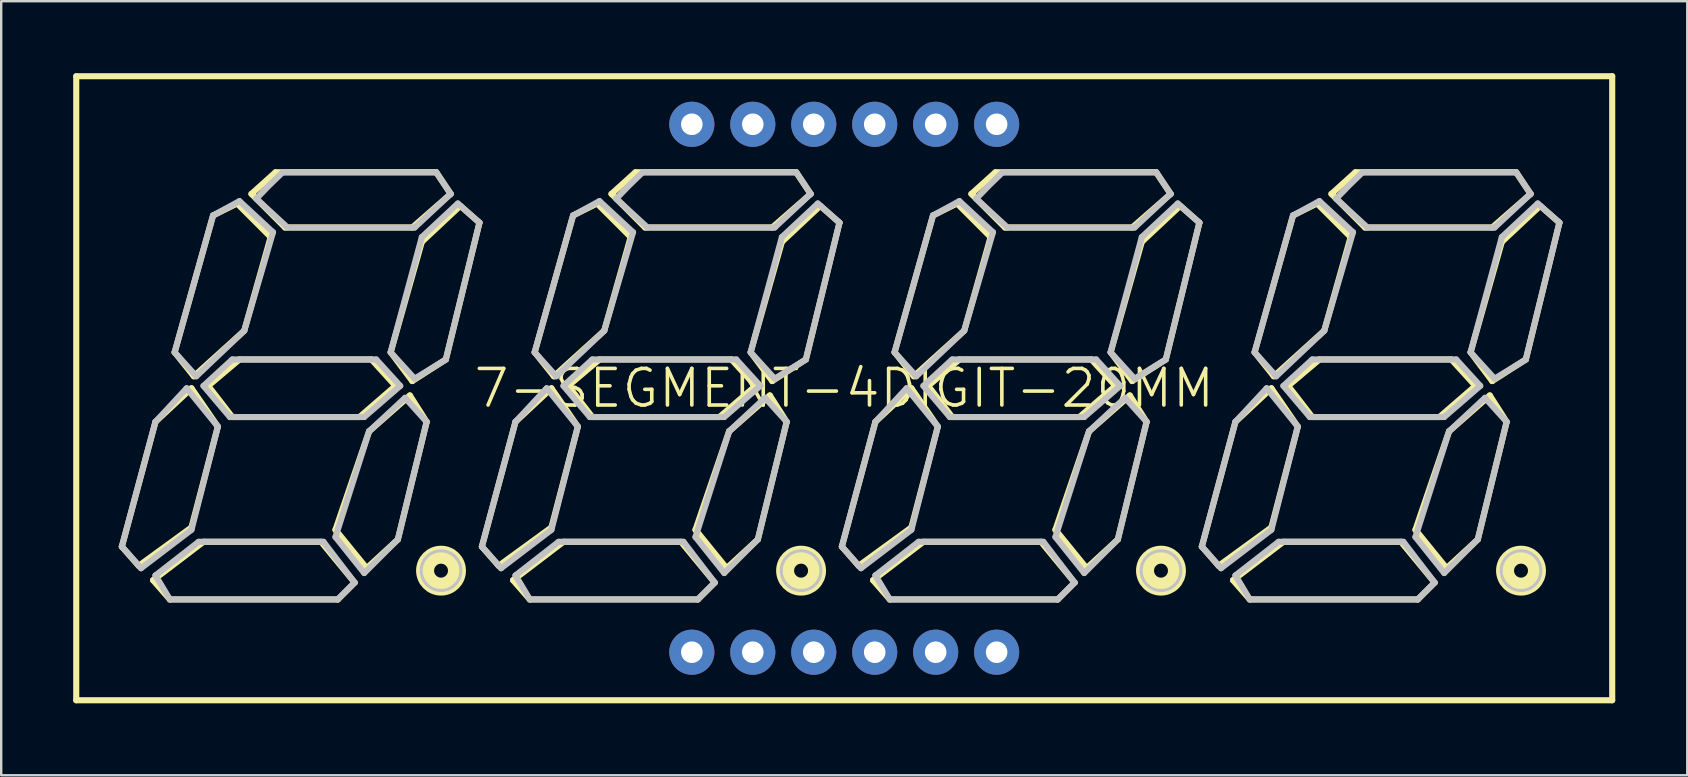
<source format=kicad_pcb>
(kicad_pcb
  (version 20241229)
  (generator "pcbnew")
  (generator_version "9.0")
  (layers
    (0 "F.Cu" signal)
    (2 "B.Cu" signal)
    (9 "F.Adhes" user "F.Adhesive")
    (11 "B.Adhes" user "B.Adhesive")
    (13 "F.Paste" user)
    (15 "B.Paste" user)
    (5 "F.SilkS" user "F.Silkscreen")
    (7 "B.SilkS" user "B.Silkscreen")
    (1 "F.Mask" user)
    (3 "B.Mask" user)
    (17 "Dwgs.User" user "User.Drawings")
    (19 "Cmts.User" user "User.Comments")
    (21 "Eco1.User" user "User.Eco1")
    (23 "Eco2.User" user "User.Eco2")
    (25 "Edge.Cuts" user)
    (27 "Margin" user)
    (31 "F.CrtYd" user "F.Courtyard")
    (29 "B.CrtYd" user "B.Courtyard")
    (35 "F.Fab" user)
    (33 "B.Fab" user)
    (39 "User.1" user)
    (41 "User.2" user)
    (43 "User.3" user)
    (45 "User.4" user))
  (footprint "7-SEGMENT-4DIGIT-20MM"
    (layer "F.Cu")
    (at 32.126 13.127)
    (property "Reference" "7-SEGMENT-4DIGIT-20MM" (at 0 0 0) (layer "F.SilkS") (effects (font (size 1.524 1.524) (thickness 0.15))))
    (attr exclude_from_pos_files exclude_from_bom)
    (fp_line (start -31.999 -13) (end 31.999 -13) (stroke (width 0.254) (type solid)) (layer "F.SilkS"))
    (fp_line (start -31.999 13) (end -31.999 -13) (stroke (width 0.254) (type solid)) (layer "F.SilkS"))
    (fp_line (start -30.099 6.599) (end -28.699 1.4) (stroke (width 0.254) (type solid)) (layer "F.SilkS"))
    (fp_line (start -29.398 7.399) (end -30.099 6.599) (stroke (width 0.254) (type solid)) (layer "F.SilkS"))
    (fp_line (start -28.799 7.998) (end -26.698 6.398) (stroke (width 0.254) (type solid)) (layer "F.SilkS"))
    (fp_line (start -28.699 1.4) (end -27.198 0) (stroke (width 0.254) (type solid)) (layer "F.SilkS"))
    (fp_line (start -28.097 8.799) (end -28.799 7.998) (stroke (width 0.254) (type solid)) (layer "F.SilkS"))
    (fp_line (start -27.899 -1.499) (end -27.099 -0.498) (stroke (width 0.254) (type solid)) (layer "F.SilkS"))
    (fp_line (start -27.198 0) (end -26.099 1.598) (stroke (width 0.254) (type solid)) (layer "F.SilkS"))
    (fp_line (start -27.198 5.799) (end -29.398 7.399) (stroke (width 0.254) (type solid)) (layer "F.SilkS"))
    (fp_line (start -27.099 -0.498) (end -24.999 -2.398) (stroke (width 0.254) (type solid)) (layer "F.SilkS"))
    (fp_line (start -26.698 6.398) (end -21.798 6.398) (stroke (width 0.254) (type solid)) (layer "F.SilkS"))
    (fp_line (start -26.5 -0.099) (end -25.199 -1.199) (stroke (width 0.254) (type solid)) (layer "F.SilkS"))
    (fp_line (start -26.299 -7.198) (end -27.899 -1.499) (stroke (width 0.254) (type solid)) (layer "F.SilkS"))
    (fp_line (start -26.099 1.598) (end -27.198 5.799) (stroke (width 0.254) (type solid)) (layer "F.SilkS"))
    (fp_line (start -25.499 1.199) (end -26.5 -0.099) (stroke (width 0.254) (type solid)) (layer "F.SilkS"))
    (fp_line (start -25.298 -7.699) (end -26.299 -7.198) (stroke (width 0.254) (type solid)) (layer "F.SilkS"))
    (fp_line (start -25.199 -1.199) (end -19.698 -1.199) (stroke (width 0.254) (type solid)) (layer "F.SilkS"))
    (fp_line (start -24.999 -2.398) (end -23.899 -6.299) (stroke (width 0.254) (type solid)) (layer "F.SilkS"))
    (fp_line (start -24.699 -8.098) (end -23.698 -8.999) (stroke (width 0.254) (type solid)) (layer "F.SilkS"))
    (fp_line (start -23.899 -6.299) (end -25.298 -7.699) (stroke (width 0.254) (type solid)) (layer "F.SilkS"))
    (fp_line (start -23.698 -8.999) (end -16.998 -8.999) (stroke (width 0.254) (type solid)) (layer "F.SilkS"))
    (fp_line (start -23.299 -6.698) (end -24.699 -8.098) (stroke (width 0.254) (type solid)) (layer "F.SilkS"))
    (fp_line (start -21.798 6.398) (end -20.399 8.098) (stroke (width 0.254) (type solid)) (layer "F.SilkS"))
    (fp_line (start -21.199 5.898) (end -19.799 1.798) (stroke (width 0.254) (type solid)) (layer "F.SilkS"))
    (fp_line (start -21.1 8.799) (end -28.097 8.799) (stroke (width 0.254) (type solid)) (layer "F.SilkS"))
    (fp_line (start -20.399 8.098) (end -21.1 8.799) (stroke (width 0.254) (type solid)) (layer "F.SilkS"))
    (fp_line (start -20.198 1.199) (end -25.499 1.199) (stroke (width 0.254) (type solid)) (layer "F.SilkS"))
    (fp_line (start -19.898 7.498) (end -21.199 5.898) (stroke (width 0.254) (type solid)) (layer "F.SilkS"))
    (fp_line (start -19.799 1.798) (end -18.098 0.3) (stroke (width 0.254) (type solid)) (layer "F.SilkS"))
    (fp_line (start -19.698 -1.199) (end -18.699 -0.099) (stroke (width 0.254) (type solid)) (layer "F.SilkS"))
    (fp_line (start -18.898 -1.499) (end -17.6 -6.099) (stroke (width 0.254) (type solid)) (layer "F.SilkS"))
    (fp_line (start -18.699 -0.099) (end -20.198 1.199) (stroke (width 0.254) (type solid)) (layer "F.SilkS"))
    (fp_line (start -18.598 6.299) (end -19.898 7.498) (stroke (width 0.254) (type solid)) (layer "F.SilkS"))
    (fp_line (start -18.098 0.3) (end -17.399 1.4) (stroke (width 0.254) (type solid)) (layer "F.SilkS"))
    (fp_line (start -17.998 -6.698) (end -23.299 -6.698) (stroke (width 0.254) (type solid)) (layer "F.SilkS"))
    (fp_line (start -17.998 -0.3) (end -18.898 -1.499) (stroke (width 0.254) (type solid)) (layer "F.SilkS"))
    (fp_line (start -17.6 -6.099) (end -15.999 -7.6) (stroke (width 0.254) (type solid)) (layer "F.SilkS"))
    (fp_line (start -17.399 1.4) (end -18.598 6.299) (stroke (width 0.254) (type solid)) (layer "F.SilkS"))
    (fp_line (start -16.998 -8.999) (end -16.398 -8.098) (stroke (width 0.254) (type solid)) (layer "F.SilkS"))
    (fp_line (start -16.599 -1.199) (end -17.998 -0.3) (stroke (width 0.254) (type solid)) (layer "F.SilkS"))
    (fp_line (start -16.398 -8.098) (end -17.998 -6.698) (stroke (width 0.254) (type solid)) (layer "F.SilkS"))
    (fp_line (start -15.999 -7.6) (end -15.199 -6.899) (stroke (width 0.254) (type solid)) (layer "F.SilkS"))
    (fp_line (start -15.199 -6.899) (end -16.599 -1.199) (stroke (width 0.254) (type solid)) (layer "F.SilkS"))
    (fp_line (start -15.098 6.599) (end -13.698 1.4) (stroke (width 0.254) (type solid)) (layer "F.SilkS"))
    (fp_line (start -14.399 7.399) (end -15.098 6.599) (stroke (width 0.254) (type solid)) (layer "F.SilkS"))
    (fp_line (start -13.8 7.998) (end -11.699 6.398) (stroke (width 0.254) (type solid)) (layer "F.SilkS"))
    (fp_line (start -13.698 1.4) (end -12.2 0) (stroke (width 0.254) (type solid)) (layer "F.SilkS"))
    (fp_line (start -13.099 8.799) (end -13.8 7.998) (stroke (width 0.254) (type solid)) (layer "F.SilkS"))
    (fp_line (start -12.898 -1.499) (end -12.098 -0.498) (stroke (width 0.254) (type solid)) (layer "F.SilkS"))
    (fp_line (start -12.2 0) (end -11.1 1.598) (stroke (width 0.254) (type solid)) (layer "F.SilkS"))
    (fp_line (start -12.2 5.799) (end -14.399 7.399) (stroke (width 0.254) (type solid)) (layer "F.SilkS"))
    (fp_line (start -12.098 -0.498) (end -10 -2.398) (stroke (width 0.254) (type solid)) (layer "F.SilkS"))
    (fp_line (start -11.699 6.398) (end -6.8 6.398) (stroke (width 0.254) (type solid)) (layer "F.SilkS"))
    (fp_line (start -11.499 -0.099) (end -10.198 -1.199) (stroke (width 0.254) (type solid)) (layer "F.SilkS"))
    (fp_line (start -11.298 -7.198) (end -12.898 -1.499) (stroke (width 0.254) (type solid)) (layer "F.SilkS"))
    (fp_line (start -11.1 1.598) (end -12.2 5.799) (stroke (width 0.254) (type solid)) (layer "F.SilkS"))
    (fp_line (start -10.498 1.199) (end -11.499 -0.099) (stroke (width 0.254) (type solid)) (layer "F.SilkS"))
    (fp_line (start -10.3 -7.699) (end -11.298 -7.198) (stroke (width 0.254) (type solid)) (layer "F.SilkS"))
    (fp_line (start -10.198 -1.199) (end -4.699 -1.199) (stroke (width 0.254) (type solid)) (layer "F.SilkS"))
    (fp_line (start -10 -2.398) (end -8.898 -6.299) (stroke (width 0.254) (type solid)) (layer "F.SilkS"))
    (fp_line (start -9.698 -8.098) (end -8.7 -8.999) (stroke (width 0.254) (type solid)) (layer "F.SilkS"))
    (fp_line (start -8.898 -6.299) (end -10.3 -7.699) (stroke (width 0.254) (type solid)) (layer "F.SilkS"))
    (fp_line (start -8.7 -8.999) (end -1.999 -8.999) (stroke (width 0.254) (type solid)) (layer "F.SilkS"))
    (fp_line (start -8.298 -6.698) (end -9.698 -8.098) (stroke (width 0.254) (type solid)) (layer "F.SilkS"))
    (fp_line (start -6.8 6.398) (end -5.397 8.098) (stroke (width 0.254) (type solid)) (layer "F.SilkS"))
    (fp_line (start -6.198 5.898) (end -4.798 1.798) (stroke (width 0.254) (type solid)) (layer "F.SilkS"))
    (fp_line (start -6.099 8.799) (end -13.099 8.799) (stroke (width 0.254) (type solid)) (layer "F.SilkS"))
    (fp_line (start -5.397 8.098) (end -6.099 8.799) (stroke (width 0.254) (type solid)) (layer "F.SilkS"))
    (fp_line (start -5.199 1.199) (end -10.498 1.199) (stroke (width 0.254) (type solid)) (layer "F.SilkS"))
    (fp_line (start -4.9 7.498) (end -6.198 5.898) (stroke (width 0.254) (type solid)) (layer "F.SilkS"))
    (fp_line (start -4.798 1.798) (end -3.099 0.3) (stroke (width 0.254) (type solid)) (layer "F.SilkS"))
    (fp_line (start -4.699 -1.199) (end -3.698 -0.099) (stroke (width 0.254) (type solid)) (layer "F.SilkS"))
    (fp_line (start -3.899 -1.499) (end -2.598 -6.099) (stroke (width 0.254) (type solid)) (layer "F.SilkS"))
    (fp_line (start -3.698 -0.099) (end -5.199 1.199) (stroke (width 0.254) (type solid)) (layer "F.SilkS"))
    (fp_line (start -3.599 6.299) (end -4.9 7.498) (stroke (width 0.254) (type solid)) (layer "F.SilkS"))
    (fp_line (start -3.099 0.3) (end -2.398 1.4) (stroke (width 0.254) (type solid)) (layer "F.SilkS"))
    (fp_line (start -3 -6.698) (end -8.298 -6.698) (stroke (width 0.254) (type solid)) (layer "F.SilkS"))
    (fp_line (start -3 -0.3) (end -3.899 -1.499) (stroke (width 0.254) (type solid)) (layer "F.SilkS"))
    (fp_line (start -2.598 -6.099) (end -0.998 -7.6) (stroke (width 0.254) (type solid)) (layer "F.SilkS"))
    (fp_line (start -2.398 1.4) (end -3.599 6.299) (stroke (width 0.254) (type solid)) (layer "F.SilkS"))
    (fp_line (start -1.999 -8.999) (end -1.4 -8.098) (stroke (width 0.254) (type solid)) (layer "F.SilkS"))
    (fp_line (start -1.598 -1.199) (end -3 -0.3) (stroke (width 0.254) (type solid)) (layer "F.SilkS"))
    (fp_line (start -1.4 -8.098) (end -3 -6.698) (stroke (width 0.254) (type solid)) (layer "F.SilkS"))
    (fp_line (start -0.998 -7.6) (end -0.198 -6.899) (stroke (width 0.254) (type solid)) (layer "F.SilkS"))
    (fp_line (start -0.198 -6.899) (end -1.598 -1.199) (stroke (width 0.254) (type solid)) (layer "F.SilkS"))
    (fp_line (start -0.099 6.599) (end 1.298 1.4) (stroke (width 0.254) (type solid)) (layer "F.SilkS"))
    (fp_line (start 0.599 7.399) (end -0.099 6.599) (stroke (width 0.254) (type solid)) (layer "F.SilkS"))
    (fp_line (start 1.199 7.998) (end 3.299 6.398) (stroke (width 0.254) (type solid)) (layer "F.SilkS"))
    (fp_line (start 1.298 1.4) (end 2.799 0) (stroke (width 0.254) (type solid)) (layer "F.SilkS"))
    (fp_line (start 1.9 8.799) (end 1.199 7.998) (stroke (width 0.254) (type solid)) (layer "F.SilkS"))
    (fp_line (start 2.098 -1.499) (end 2.898 -0.498) (stroke (width 0.254) (type solid)) (layer "F.SilkS"))
    (fp_line (start 2.799 0) (end 3.899 1.598) (stroke (width 0.254) (type solid)) (layer "F.SilkS"))
    (fp_line (start 2.799 5.799) (end 0.599 7.399) (stroke (width 0.254) (type solid)) (layer "F.SilkS"))
    (fp_line (start 2.898 -0.498) (end 4.999 -2.398) (stroke (width 0.254) (type solid)) (layer "F.SilkS"))
    (fp_line (start 3.299 6.398) (end 8.199 6.398) (stroke (width 0.254) (type solid)) (layer "F.SilkS"))
    (fp_line (start 3.498 -0.099) (end 4.798 -1.199) (stroke (width 0.254) (type solid)) (layer "F.SilkS"))
    (fp_line (start 3.698 -7.198) (end 2.098 -1.499) (stroke (width 0.254) (type solid)) (layer "F.SilkS"))
    (fp_line (start 3.899 1.598) (end 2.799 5.799) (stroke (width 0.254) (type solid)) (layer "F.SilkS"))
    (fp_line (start 4.498 1.199) (end 3.498 -0.099) (stroke (width 0.254) (type solid)) (layer "F.SilkS"))
    (fp_line (start 4.699 -7.699) (end 3.698 -7.198) (stroke (width 0.254) (type solid)) (layer "F.SilkS"))
    (fp_line (start 4.798 -1.199) (end 10.3 -1.199) (stroke (width 0.254) (type solid)) (layer "F.SilkS"))
    (fp_line (start 4.999 -2.398) (end 6.099 -6.299) (stroke (width 0.254) (type solid)) (layer "F.SilkS"))
    (fp_line (start 5.298 -8.098) (end 6.299 -8.999) (stroke (width 0.254) (type solid)) (layer "F.SilkS"))
    (fp_line (start 6.099 -6.299) (end 4.699 -7.699) (stroke (width 0.254) (type solid)) (layer "F.SilkS"))
    (fp_line (start 6.299 -8.999) (end 13 -8.999) (stroke (width 0.254) (type solid)) (layer "F.SilkS"))
    (fp_line (start 6.698 -6.698) (end 5.298 -8.098) (stroke (width 0.254) (type solid)) (layer "F.SilkS"))
    (fp_line (start 8.199 6.398) (end 9.599 8.098) (stroke (width 0.254) (type solid)) (layer "F.SilkS"))
    (fp_line (start 8.799 5.898) (end 10.198 1.798) (stroke (width 0.254) (type solid)) (layer "F.SilkS"))
    (fp_line (start 8.898 8.799) (end 1.9 8.799) (stroke (width 0.254) (type solid)) (layer "F.SilkS"))
    (fp_line (start 9.599 8.098) (end 8.898 8.799) (stroke (width 0.254) (type solid)) (layer "F.SilkS"))
    (fp_line (start 9.799 1.199) (end 4.498 1.199) (stroke (width 0.254) (type solid)) (layer "F.SilkS"))
    (fp_line (start 10.099 7.498) (end 8.799 5.898) (stroke (width 0.254) (type solid)) (layer "F.SilkS"))
    (fp_line (start 10.198 1.798) (end 11.9 0.3) (stroke (width 0.254) (type solid)) (layer "F.SilkS"))
    (fp_line (start 10.3 -1.199) (end 11.298 -0.099) (stroke (width 0.254) (type solid)) (layer "F.SilkS"))
    (fp_line (start 11.1 -1.499) (end 12.398 -6.099) (stroke (width 0.254) (type solid)) (layer "F.SilkS"))
    (fp_line (start 11.298 -0.099) (end 9.799 1.199) (stroke (width 0.254) (type solid)) (layer "F.SilkS"))
    (fp_line (start 11.4 6.299) (end 10.099 7.498) (stroke (width 0.254) (type solid)) (layer "F.SilkS"))
    (fp_line (start 11.9 0.3) (end 12.598 1.4) (stroke (width 0.254) (type solid)) (layer "F.SilkS"))
    (fp_line (start 11.999 -6.698) (end 6.698 -6.698) (stroke (width 0.254) (type solid)) (layer "F.SilkS"))
    (fp_line (start 11.999 -0.3) (end 11.1 -1.499) (stroke (width 0.254) (type solid)) (layer "F.SilkS"))
    (fp_line (start 12.398 -6.099) (end 13.998 -7.6) (stroke (width 0.254) (type solid)) (layer "F.SilkS"))
    (fp_line (start 12.598 1.4) (end 11.4 6.299) (stroke (width 0.254) (type solid)) (layer "F.SilkS"))
    (fp_line (start 13 -8.999) (end 13.599 -8.098) (stroke (width 0.254) (type solid)) (layer "F.SilkS"))
    (fp_line (start 13.399 -1.199) (end 11.999 -0.3) (stroke (width 0.254) (type solid)) (layer "F.SilkS"))
    (fp_line (start 13.599 -8.098) (end 11.999 -6.698) (stroke (width 0.254) (type solid)) (layer "F.SilkS"))
    (fp_line (start 13.998 -7.6) (end 14.798 -6.899) (stroke (width 0.254) (type solid)) (layer "F.SilkS"))
    (fp_line (start 14.798 -6.899) (end 13.399 -1.199) (stroke (width 0.254) (type solid)) (layer "F.SilkS"))
    (fp_line (start 14.9 6.599) (end 16.299 1.4) (stroke (width 0.254) (type solid)) (layer "F.SilkS"))
    (fp_line (start 15.598 7.399) (end 14.9 6.599) (stroke (width 0.254) (type solid)) (layer "F.SilkS"))
    (fp_line (start 16.198 7.998) (end 18.298 6.398) (stroke (width 0.254) (type solid)) (layer "F.SilkS"))
    (fp_line (start 16.299 1.4) (end 17.798 0) (stroke (width 0.254) (type solid)) (layer "F.SilkS"))
    (fp_line (start 16.899 8.799) (end 16.198 7.998) (stroke (width 0.254) (type solid)) (layer "F.SilkS"))
    (fp_line (start 17.099 -1.499) (end 17.899 -0.498) (stroke (width 0.254) (type solid)) (layer "F.SilkS"))
    (fp_line (start 17.798 0) (end 18.898 1.598) (stroke (width 0.254) (type solid)) (layer "F.SilkS"))
    (fp_line (start 17.798 5.799) (end 15.598 7.399) (stroke (width 0.254) (type solid)) (layer "F.SilkS"))
    (fp_line (start 17.899 -0.498) (end 20 -2.398) (stroke (width 0.254) (type solid)) (layer "F.SilkS"))
    (fp_line (start 18.298 6.398) (end 23.198 6.398) (stroke (width 0.254) (type solid)) (layer "F.SilkS"))
    (fp_line (start 18.499 -0.099) (end 19.799 -1.199) (stroke (width 0.254) (type solid)) (layer "F.SilkS"))
    (fp_line (start 18.699 -7.198) (end 17.099 -1.499) (stroke (width 0.254) (type solid)) (layer "F.SilkS"))
    (fp_line (start 18.898 1.598) (end 17.798 5.799) (stroke (width 0.254) (type solid)) (layer "F.SilkS"))
    (fp_line (start 19.5 1.199) (end 18.499 -0.099) (stroke (width 0.254) (type solid)) (layer "F.SilkS"))
    (fp_line (start 19.698 -7.699) (end 18.699 -7.198) (stroke (width 0.254) (type solid)) (layer "F.SilkS"))
    (fp_line (start 19.799 -1.199) (end 25.298 -1.199) (stroke (width 0.254) (type solid)) (layer "F.SilkS"))
    (fp_line (start 20 -2.398) (end 21.1 -6.299) (stroke (width 0.254) (type solid)) (layer "F.SilkS"))
    (fp_line (start 20.3 -8.098) (end 21.298 -8.999) (stroke (width 0.254) (type solid)) (layer "F.SilkS"))
    (fp_line (start 21.1 -6.299) (end 19.698 -7.699) (stroke (width 0.254) (type solid)) (layer "F.SilkS"))
    (fp_line (start 21.298 -8.999) (end 27.998 -8.999) (stroke (width 0.254) (type solid)) (layer "F.SilkS"))
    (fp_line (start 21.699 -6.698) (end 20.3 -8.098) (stroke (width 0.254) (type solid)) (layer "F.SilkS"))
    (fp_line (start 23.198 6.398) (end 24.6 8.098) (stroke (width 0.254) (type solid)) (layer "F.SilkS"))
    (fp_line (start 23.8 5.898) (end 25.199 1.798) (stroke (width 0.254) (type solid)) (layer "F.SilkS"))
    (fp_line (start 23.899 8.799) (end 16.899 8.799) (stroke (width 0.254) (type solid)) (layer "F.SilkS"))
    (fp_line (start 24.6 8.098) (end 23.899 8.799) (stroke (width 0.254) (type solid)) (layer "F.SilkS"))
    (fp_line (start 24.798 1.199) (end 19.5 1.199) (stroke (width 0.254) (type solid)) (layer "F.SilkS"))
    (fp_line (start 25.098 7.498) (end 23.8 5.898) (stroke (width 0.254) (type solid)) (layer "F.SilkS"))
    (fp_line (start 25.199 1.798) (end 26.899 0.3) (stroke (width 0.254) (type solid)) (layer "F.SilkS"))
    (fp_line (start 25.298 -1.199) (end 26.299 -0.099) (stroke (width 0.254) (type solid)) (layer "F.SilkS"))
    (fp_line (start 26.099 -1.499) (end 27.399 -6.099) (stroke (width 0.254) (type solid)) (layer "F.SilkS"))
    (fp_line (start 26.299 -0.099) (end 24.798 1.199) (stroke (width 0.254) (type solid)) (layer "F.SilkS"))
    (fp_line (start 26.398 6.299) (end 25.098 7.498) (stroke (width 0.254) (type solid)) (layer "F.SilkS"))
    (fp_line (start 26.899 0.3) (end 27.6 1.4) (stroke (width 0.254) (type solid)) (layer "F.SilkS"))
    (fp_line (start 26.998 -6.698) (end 21.699 -6.698) (stroke (width 0.254) (type solid)) (layer "F.SilkS"))
    (fp_line (start 26.998 -0.3) (end 26.099 -1.499) (stroke (width 0.254) (type solid)) (layer "F.SilkS"))
    (fp_line (start 27.399 -6.099) (end 28.999 -7.6) (stroke (width 0.254) (type solid)) (layer "F.SilkS"))
    (fp_line (start 27.6 1.4) (end 26.398 6.299) (stroke (width 0.254) (type solid)) (layer "F.SilkS"))
    (fp_line (start 27.998 -8.999) (end 28.598 -8.098) (stroke (width 0.254) (type solid)) (layer "F.SilkS"))
    (fp_line (start 28.4 -1.199) (end 26.998 -0.3) (stroke (width 0.254) (type solid)) (layer "F.SilkS"))
    (fp_line (start 28.598 -8.098) (end 26.998 -6.698) (stroke (width 0.254) (type solid)) (layer "F.SilkS"))
    (fp_line (start 28.999 -7.6) (end 29.799 -6.899) (stroke (width 0.254) (type solid)) (layer "F.SilkS"))
    (fp_line (start 29.799 -6.899) (end 28.4 -1.199) (stroke (width 0.254) (type solid)) (layer "F.SilkS"))
    (fp_line (start 31.999 -13) (end 31.999 13) (stroke (width 0.254) (type solid)) (layer "F.SilkS"))
    (fp_line (start 31.999 13) (end -31.999 13) (stroke (width 0.254) (type solid)) (layer "F.SilkS"))
    (fp_circle (center -16.8 7.6) (end -17.005 7.805) (stroke (width 0.749) (type solid)) (fill no) (layer "F.SilkS"))
    (fp_circle (center -1.798 7.6) (end -2.004 7.805) (stroke (width 0.749) (type solid)) (fill no) (layer "F.SilkS"))
    (fp_circle (center 13.198 7.6) (end 13.404 7.805) (stroke (width 0.749) (type solid)) (fill no) (layer "F.SilkS"))
    (fp_circle (center 28.199 7.6) (end 28.405 7.805) (stroke (width 0.749) (type solid)) (fill no) (layer "F.SilkS"))
    (fp_line (start -30.099 6.599) (end -28.699 1.4) (stroke (width 0.254) (type solid)) (layer "Dwgs.User"))
    (fp_line (start -29.299 7.498) (end -30.099 6.599) (stroke (width 0.254) (type solid)) (layer "Dwgs.User"))
    (fp_line (start -28.699 1.4) (end -27.399 0) (stroke (width 0.254) (type solid)) (layer "Dwgs.User"))
    (fp_line (start -28.699 7.798) (end -26.899 6.398) (stroke (width 0.254) (type solid)) (layer "Dwgs.User"))
    (fp_line (start -28.097 8.799) (end -28.699 7.798) (stroke (width 0.254) (type solid)) (layer "Dwgs.User"))
    (fp_line (start -27.899 -1.499) (end -26.299 -7.198) (stroke (width 0.254) (type solid)) (layer "Dwgs.User"))
    (fp_line (start -27.399 0) (end -26.099 1.598) (stroke (width 0.254) (type solid)) (layer "Dwgs.User"))
    (fp_line (start -27.198 5.898) (end -29.299 7.498) (stroke (width 0.254) (type solid)) (layer "Dwgs.User"))
    (fp_line (start -26.998 -0.498) (end -27.899 -1.499) (stroke (width 0.254) (type solid)) (layer "Dwgs.User"))
    (fp_line (start -26.899 6.398) (end -21.699 6.398) (stroke (width 0.254) (type solid)) (layer "Dwgs.User"))
    (fp_line (start -26.698 -0.099) (end -25.499 -1.199) (stroke (width 0.254) (type solid)) (layer "Dwgs.User"))
    (fp_line (start -26.299 -7.198) (end -25.199 -7.798) (stroke (width 0.254) (type solid)) (layer "Dwgs.User"))
    (fp_line (start -26.099 1.598) (end -27.198 5.898) (stroke (width 0.254) (type solid)) (layer "Dwgs.User"))
    (fp_line (start -25.598 1.199) (end -26.698 -0.099) (stroke (width 0.254) (type solid)) (layer "Dwgs.User"))
    (fp_line (start -25.499 -1.199) (end -19.5 -1.199) (stroke (width 0.254) (type solid)) (layer "Dwgs.User"))
    (fp_line (start -25.199 -7.798) (end -23.8 -6.5) (stroke (width 0.254) (type solid)) (layer "Dwgs.User"))
    (fp_line (start -24.999 -2.398) (end -26.998 -0.498) (stroke (width 0.254) (type solid)) (layer "Dwgs.User"))
    (fp_line (start -23.8 -6.5) (end -24.999 -2.398) (stroke (width 0.254) (type solid)) (layer "Dwgs.User"))
    (fp_line (start -23.398 -8.999) (end -16.998 -8.999) (stroke (width 0.254) (type solid)) (layer "Dwgs.User"))
    (fp_line (start -23.198 -6.698) (end -24.498 -7.899) (stroke (width 0.254) (type solid)) (layer "Dwgs.User"))
    (fp_line (start -21.699 6.398) (end -20.399 8.098) (stroke (width 0.254) (type solid)) (layer "Dwgs.User"))
    (fp_line (start -21.199 6.198) (end -19.799 1.798) (stroke (width 0.254) (type solid)) (layer "Dwgs.User"))
    (fp_line (start -21.1 8.799) (end -28.097 8.799) (stroke (width 0.254) (type solid)) (layer "Dwgs.User"))
    (fp_line (start -20.399 8.098) (end -21.1 8.799) (stroke (width 0.254) (type solid)) (layer "Dwgs.User"))
    (fp_line (start -20 1.199) (end -25.598 1.199) (stroke (width 0.254) (type solid)) (layer "Dwgs.User"))
    (fp_line (start -20 7.699) (end -21.199 6.198) (stroke (width 0.254) (type solid)) (layer "Dwgs.User"))
    (fp_line (start -19.799 1.798) (end -18.298 0.399) (stroke (width 0.254) (type solid)) (layer "Dwgs.User"))
    (fp_line (start -19.5 -1.199) (end -18.499 -0.099) (stroke (width 0.254) (type solid)) (layer "Dwgs.User"))
    (fp_line (start -18.898 -1.499) (end -17.6 -6.299) (stroke (width 0.254) (type solid)) (layer "Dwgs.User"))
    (fp_line (start -18.598 6.299) (end -20 7.699) (stroke (width 0.254) (type solid)) (layer "Dwgs.User"))
    (fp_line (start -18.499 -0.099) (end -20 1.199) (stroke (width 0.254) (type solid)) (layer "Dwgs.User"))
    (fp_line (start -18.298 0.399) (end -17.399 1.4) (stroke (width 0.254) (type solid)) (layer "Dwgs.User"))
    (fp_line (start -17.899 -6.698) (end -23.198 -6.698) (stroke (width 0.254) (type solid)) (layer "Dwgs.User"))
    (fp_line (start -17.899 -0.399) (end -18.898 -1.499) (stroke (width 0.254) (type solid)) (layer "Dwgs.User"))
    (fp_line (start -17.6 -6.299) (end -16.099 -7.699) (stroke (width 0.254) (type solid)) (layer "Dwgs.User"))
    (fp_line (start -17.399 1.4) (end -18.598 6.299) (stroke (width 0.254) (type solid)) (layer "Dwgs.User"))
    (fp_line (start -16.998 -8.999) (end -16.398 -8.098) (stroke (width 0.254) (type solid)) (layer "Dwgs.User"))
    (fp_line (start -16.599 -1.199) (end -17.899 -0.399) (stroke (width 0.254) (type solid)) (layer "Dwgs.User"))
    (fp_line (start -16.398 -8.098) (end -17.899 -6.698) (stroke (width 0.254) (type solid)) (layer "Dwgs.User"))
    (fp_line (start -16.099 -7.699) (end -15.199 -6.899) (stroke (width 0.254) (type solid)) (layer "Dwgs.User"))
    (fp_line (start -15.199 -6.899) (end -16.599 -1.199) (stroke (width 0.254) (type solid)) (layer "Dwgs.User"))
    (fp_line (start -15.098 6.599) (end -13.698 1.4) (stroke (width 0.254) (type solid)) (layer "Dwgs.User"))
    (fp_line (start -14.298 7.498) (end -15.098 6.599) (stroke (width 0.254) (type solid)) (layer "Dwgs.User"))
    (fp_line (start -13.698 1.4) (end -12.398 0) (stroke (width 0.254) (type solid)) (layer "Dwgs.User"))
    (fp_line (start -13.698 7.798) (end -11.9 6.398) (stroke (width 0.254) (type solid)) (layer "Dwgs.User"))
    (fp_line (start -13.099 8.799) (end -13.698 7.798) (stroke (width 0.254) (type solid)) (layer "Dwgs.User"))
    (fp_line (start -12.898 -1.499) (end -11.298 -7.198) (stroke (width 0.254) (type solid)) (layer "Dwgs.User"))
    (fp_line (start -12.398 0) (end -11.1 1.598) (stroke (width 0.254) (type solid)) (layer "Dwgs.User"))
    (fp_line (start -12.2 5.898) (end -14.298 7.498) (stroke (width 0.254) (type solid)) (layer "Dwgs.User"))
    (fp_line (start -11.999 -0.498) (end -12.898 -1.499) (stroke (width 0.254) (type solid)) (layer "Dwgs.User"))
    (fp_line (start -11.9 6.398) (end -6.698 6.398) (stroke (width 0.254) (type solid)) (layer "Dwgs.User"))
    (fp_line (start -11.699 -0.099) (end -10.498 -1.199) (stroke (width 0.254) (type solid)) (layer "Dwgs.User"))
    (fp_line (start -11.298 -7.198) (end -10.198 -7.798) (stroke (width 0.254) (type solid)) (layer "Dwgs.User"))
    (fp_line (start -11.1 1.598) (end -12.2 5.898) (stroke (width 0.254) (type solid)) (layer "Dwgs.User"))
    (fp_line (start -10.599 1.199) (end -11.699 -0.099) (stroke (width 0.254) (type solid)) (layer "Dwgs.User"))
    (fp_line (start -10.498 -1.199) (end -4.498 -1.199) (stroke (width 0.254) (type solid)) (layer "Dwgs.User"))
    (fp_line (start -10.198 -7.798) (end -8.799 -6.5) (stroke (width 0.254) (type solid)) (layer "Dwgs.User"))
    (fp_line (start -10 -2.398) (end -11.999 -0.498) (stroke (width 0.254) (type solid)) (layer "Dwgs.User"))
    (fp_line (start -8.799 -6.5) (end -10 -2.398) (stroke (width 0.254) (type solid)) (layer "Dwgs.User"))
    (fp_line (start -8.4 -8.999) (end -1.999 -8.999) (stroke (width 0.254) (type solid)) (layer "Dwgs.User"))
    (fp_line (start -8.199 -6.698) (end -9.5 -7.899) (stroke (width 0.254) (type solid)) (layer "Dwgs.User"))
    (fp_line (start -6.698 6.398) (end -5.397 8.098) (stroke (width 0.254) (type solid)) (layer "Dwgs.User"))
    (fp_line (start -6.198 6.198) (end -4.798 1.798) (stroke (width 0.254) (type solid)) (layer "Dwgs.User"))
    (fp_line (start -6.099 8.799) (end -13.099 8.799) (stroke (width 0.254) (type solid)) (layer "Dwgs.User"))
    (fp_line (start -5.397 8.098) (end -6.099 8.799) (stroke (width 0.254) (type solid)) (layer "Dwgs.User"))
    (fp_line (start -4.999 1.199) (end -10.599 1.199) (stroke (width 0.254) (type solid)) (layer "Dwgs.User"))
    (fp_line (start -4.999 7.699) (end -6.198 6.198) (stroke (width 0.254) (type solid)) (layer "Dwgs.User"))
    (fp_line (start -4.798 1.798) (end -3.299 0.399) (stroke (width 0.254) (type solid)) (layer "Dwgs.User"))
    (fp_line (start -4.498 -1.199) (end -3.498 -0.099) (stroke (width 0.254) (type solid)) (layer "Dwgs.User"))
    (fp_line (start -3.899 -1.499) (end -2.598 -6.299) (stroke (width 0.254) (type solid)) (layer "Dwgs.User"))
    (fp_line (start -3.599 6.299) (end -4.999 7.699) (stroke (width 0.254) (type solid)) (layer "Dwgs.User"))
    (fp_line (start -3.498 -0.099) (end -4.999 1.199) (stroke (width 0.254) (type solid)) (layer "Dwgs.User"))
    (fp_line (start -3.299 0.399) (end -2.398 1.4) (stroke (width 0.254) (type solid)) (layer "Dwgs.User"))
    (fp_line (start -2.898 -6.698) (end -8.199 -6.698) (stroke (width 0.254) (type solid)) (layer "Dwgs.User"))
    (fp_line (start -2.898 -0.399) (end -3.899 -1.499) (stroke (width 0.254) (type solid)) (layer "Dwgs.User"))
    (fp_line (start -2.598 -6.299) (end -1.1 -7.699) (stroke (width 0.254) (type solid)) (layer "Dwgs.User"))
    (fp_line (start -2.398 1.4) (end -3.599 6.299) (stroke (width 0.254) (type solid)) (layer "Dwgs.User"))
    (fp_line (start -1.999 -8.999) (end -1.4 -8.098) (stroke (width 0.254) (type solid)) (layer "Dwgs.User"))
    (fp_line (start -1.598 -1.199) (end -2.898 -0.399) (stroke (width 0.254) (type solid)) (layer "Dwgs.User"))
    (fp_line (start -1.4 -8.098) (end -2.898 -6.698) (stroke (width 0.254) (type solid)) (layer "Dwgs.User"))
    (fp_line (start -1.1 -7.699) (end -0.198 -6.899) (stroke (width 0.254) (type solid)) (layer "Dwgs.User"))
    (fp_line (start -0.198 -6.899) (end -1.598 -1.199) (stroke (width 0.254) (type solid)) (layer "Dwgs.User"))
    (fp_line (start -0.099 6.599) (end 1.298 1.4) (stroke (width 0.254) (type solid)) (layer "Dwgs.User"))
    (fp_line (start 0.699 7.498) (end -0.099 6.599) (stroke (width 0.254) (type solid)) (layer "Dwgs.User"))
    (fp_line (start 1.298 1.4) (end 2.598 0) (stroke (width 0.254) (type solid)) (layer "Dwgs.User"))
    (fp_line (start 1.298 7.798) (end 3.099 6.398) (stroke (width 0.254) (type solid)) (layer "Dwgs.User"))
    (fp_line (start 1.9 8.799) (end 1.298 7.798) (stroke (width 0.254) (type solid)) (layer "Dwgs.User"))
    (fp_line (start 2.098 -1.499) (end 3.698 -7.198) (stroke (width 0.254) (type solid)) (layer "Dwgs.User"))
    (fp_line (start 2.598 0) (end 3.899 1.598) (stroke (width 0.254) (type solid)) (layer "Dwgs.User"))
    (fp_line (start 2.799 5.898) (end 0.699 7.498) (stroke (width 0.254) (type solid)) (layer "Dwgs.User"))
    (fp_line (start 3 -0.498) (end 2.098 -1.499) (stroke (width 0.254) (type solid)) (layer "Dwgs.User"))
    (fp_line (start 3.099 6.398) (end 8.298 6.398) (stroke (width 0.254) (type solid)) (layer "Dwgs.User"))
    (fp_line (start 3.299 -0.099) (end 4.498 -1.199) (stroke (width 0.254) (type solid)) (layer "Dwgs.User"))
    (fp_line (start 3.698 -7.198) (end 4.798 -7.798) (stroke (width 0.254) (type solid)) (layer "Dwgs.User"))
    (fp_line (start 3.899 1.598) (end 2.799 5.898) (stroke (width 0.254) (type solid)) (layer "Dwgs.User"))
    (fp_line (start 4.399 1.199) (end 3.299 -0.099) (stroke (width 0.254) (type solid)) (layer "Dwgs.User"))
    (fp_line (start 4.498 -1.199) (end 10.498 -1.199) (stroke (width 0.254) (type solid)) (layer "Dwgs.User"))
    (fp_line (start 4.798 -7.798) (end 6.198 -6.5) (stroke (width 0.254) (type solid)) (layer "Dwgs.User"))
    (fp_line (start 4.999 -2.398) (end 3 -0.498) (stroke (width 0.254) (type solid)) (layer "Dwgs.User"))
    (fp_line (start 6.198 -6.5) (end 4.999 -2.398) (stroke (width 0.254) (type solid)) (layer "Dwgs.User"))
    (fp_line (start 6.599 -8.999) (end 13 -8.999) (stroke (width 0.254) (type solid)) (layer "Dwgs.User"))
    (fp_line (start 6.8 -6.698) (end 5.499 -7.899) (stroke (width 0.254) (type solid)) (layer "Dwgs.User"))
    (fp_line (start 8.298 6.398) (end 9.599 8.098) (stroke (width 0.254) (type solid)) (layer "Dwgs.User"))
    (fp_line (start 8.799 6.198) (end 10.198 1.798) (stroke (width 0.254) (type solid)) (layer "Dwgs.User"))
    (fp_line (start 8.898 8.799) (end 1.9 8.799) (stroke (width 0.254) (type solid)) (layer "Dwgs.User"))
    (fp_line (start 9.599 8.098) (end 8.898 8.799) (stroke (width 0.254) (type solid)) (layer "Dwgs.User"))
    (fp_line (start 10 1.199) (end 4.399 1.199) (stroke (width 0.254) (type solid)) (layer "Dwgs.User"))
    (fp_line (start 10 7.699) (end 8.799 6.198) (stroke (width 0.254) (type solid)) (layer "Dwgs.User"))
    (fp_line (start 10.198 1.798) (end 11.699 0.399) (stroke (width 0.254) (type solid)) (layer "Dwgs.User"))
    (fp_line (start 10.498 -1.199) (end 11.499 -0.099) (stroke (width 0.254) (type solid)) (layer "Dwgs.User"))
    (fp_line (start 11.1 -1.499) (end 12.398 -6.299) (stroke (width 0.254) (type solid)) (layer "Dwgs.User"))
    (fp_line (start 11.4 6.299) (end 10 7.699) (stroke (width 0.254) (type solid)) (layer "Dwgs.User"))
    (fp_line (start 11.499 -0.099) (end 10 1.199) (stroke (width 0.254) (type solid)) (layer "Dwgs.User"))
    (fp_line (start 11.699 0.399) (end 12.598 1.4) (stroke (width 0.254) (type solid)) (layer "Dwgs.User"))
    (fp_line (start 12.098 -6.698) (end 6.8 -6.698) (stroke (width 0.254) (type solid)) (layer "Dwgs.User"))
    (fp_line (start 12.098 -0.399) (end 11.1 -1.499) (stroke (width 0.254) (type solid)) (layer "Dwgs.User"))
    (fp_line (start 12.398 -6.299) (end 13.899 -7.699) (stroke (width 0.254) (type solid)) (layer "Dwgs.User"))
    (fp_line (start 12.598 1.4) (end 11.4 6.299) (stroke (width 0.254) (type solid)) (layer "Dwgs.User"))
    (fp_line (start 13 -8.999) (end 13.599 -8.098) (stroke (width 0.254) (type solid)) (layer "Dwgs.User"))
    (fp_line (start 13.399 -1.199) (end 12.098 -0.399) (stroke (width 0.254) (type solid)) (layer "Dwgs.User"))
    (fp_line (start 13.599 -8.098) (end 12.098 -6.698) (stroke (width 0.254) (type solid)) (layer "Dwgs.User"))
    (fp_line (start 13.899 -7.699) (end 14.798 -6.899) (stroke (width 0.254) (type solid)) (layer "Dwgs.User"))
    (fp_line (start 14.798 -6.899) (end 13.399 -1.199) (stroke (width 0.254) (type solid)) (layer "Dwgs.User"))
    (fp_line (start 14.9 6.599) (end 16.299 1.4) (stroke (width 0.254) (type solid)) (layer "Dwgs.User"))
    (fp_line (start 15.7 7.498) (end 14.9 6.599) (stroke (width 0.254) (type solid)) (layer "Dwgs.User"))
    (fp_line (start 16.299 1.4) (end 17.6 0) (stroke (width 0.254) (type solid)) (layer "Dwgs.User"))
    (fp_line (start 16.299 7.798) (end 18.098 6.398) (stroke (width 0.254) (type solid)) (layer "Dwgs.User"))
    (fp_line (start 16.899 8.799) (end 16.299 7.798) (stroke (width 0.254) (type solid)) (layer "Dwgs.User"))
    (fp_line (start 17.099 -1.499) (end 18.699 -7.198) (stroke (width 0.254) (type solid)) (layer "Dwgs.User"))
    (fp_line (start 17.6 0) (end 18.898 1.598) (stroke (width 0.254) (type solid)) (layer "Dwgs.User"))
    (fp_line (start 17.798 5.898) (end 15.7 7.498) (stroke (width 0.254) (type solid)) (layer "Dwgs.User"))
    (fp_line (start 17.998 -0.498) (end 17.099 -1.499) (stroke (width 0.254) (type solid)) (layer "Dwgs.User"))
    (fp_line (start 18.098 6.398) (end 23.299 6.398) (stroke (width 0.254) (type solid)) (layer "Dwgs.User"))
    (fp_line (start 18.298 -0.099) (end 19.5 -1.199) (stroke (width 0.254) (type solid)) (layer "Dwgs.User"))
    (fp_line (start 18.699 -7.198) (end 19.799 -7.798) (stroke (width 0.254) (type solid)) (layer "Dwgs.User"))
    (fp_line (start 18.898 1.598) (end 17.798 5.898) (stroke (width 0.254) (type solid)) (layer "Dwgs.User"))
    (fp_line (start 19.398 1.199) (end 18.298 -0.099) (stroke (width 0.254) (type solid)) (layer "Dwgs.User"))
    (fp_line (start 19.5 -1.199) (end 25.499 -1.199) (stroke (width 0.254) (type solid)) (layer "Dwgs.User"))
    (fp_line (start 19.799 -7.798) (end 21.199 -6.5) (stroke (width 0.254) (type solid)) (layer "Dwgs.User"))
    (fp_line (start 20 -2.398) (end 17.998 -0.498) (stroke (width 0.254) (type solid)) (layer "Dwgs.User"))
    (fp_line (start 21.199 -6.5) (end 20 -2.398) (stroke (width 0.254) (type solid)) (layer "Dwgs.User"))
    (fp_line (start 21.598 -8.999) (end 27.998 -8.999) (stroke (width 0.254) (type solid)) (layer "Dwgs.User"))
    (fp_line (start 21.798 -6.698) (end 20.498 -7.899) (stroke (width 0.254) (type solid)) (layer "Dwgs.User"))
    (fp_line (start 23.299 6.398) (end 24.6 8.098) (stroke (width 0.254) (type solid)) (layer "Dwgs.User"))
    (fp_line (start 23.8 6.198) (end 25.199 1.798) (stroke (width 0.254) (type solid)) (layer "Dwgs.User"))
    (fp_line (start 23.899 8.799) (end 16.899 8.799) (stroke (width 0.254) (type solid)) (layer "Dwgs.User"))
    (fp_line (start 24.6 8.098) (end 23.899 8.799) (stroke (width 0.254) (type solid)) (layer "Dwgs.User"))
    (fp_line (start 24.999 1.199) (end 19.398 1.199) (stroke (width 0.254) (type solid)) (layer "Dwgs.User"))
    (fp_line (start 24.999 7.699) (end 23.8 6.198) (stroke (width 0.254) (type solid)) (layer "Dwgs.User"))
    (fp_line (start 25.199 1.798) (end 26.698 0.399) (stroke (width 0.254) (type solid)) (layer "Dwgs.User"))
    (fp_line (start 25.499 -1.199) (end 26.5 -0.099) (stroke (width 0.254) (type solid)) (layer "Dwgs.User"))
    (fp_line (start 26.099 -1.499) (end 27.399 -6.299) (stroke (width 0.254) (type solid)) (layer "Dwgs.User"))
    (fp_line (start 26.398 6.299) (end 24.999 7.699) (stroke (width 0.254) (type solid)) (layer "Dwgs.User"))
    (fp_line (start 26.5 -0.099) (end 24.999 1.199) (stroke (width 0.254) (type solid)) (layer "Dwgs.User"))
    (fp_line (start 26.698 0.399) (end 27.6 1.4) (stroke (width 0.254) (type solid)) (layer "Dwgs.User"))
    (fp_line (start 27.099 -6.698) (end 21.798 -6.698) (stroke (width 0.254) (type solid)) (layer "Dwgs.User"))
    (fp_line (start 27.099 -0.399) (end 26.099 -1.499) (stroke (width 0.254) (type solid)) (layer "Dwgs.User"))
    (fp_line (start 27.399 -6.299) (end 28.898 -7.699) (stroke (width 0.254) (type solid)) (layer "Dwgs.User"))
    (fp_line (start 27.6 1.4) (end 26.398 6.299) (stroke (width 0.254) (type solid)) (layer "Dwgs.User"))
    (fp_line (start 27.998 -8.999) (end 28.598 -8.098) (stroke (width 0.254) (type solid)) (layer "Dwgs.User"))
    (fp_line (start 28.4 -1.199) (end 27.099 -0.399) (stroke (width 0.254) (type solid)) (layer "Dwgs.User"))
    (fp_line (start 28.598 -8.098) (end 27.099 -6.698) (stroke (width 0.254) (type solid)) (layer "Dwgs.User"))
    (fp_line (start 28.898 -7.699) (end 29.799 -6.899) (stroke (width 0.254) (type solid)) (layer "Dwgs.User"))
    (fp_line (start 29.799 -6.899) (end 28.4 -1.199) (stroke (width 0.254) (type solid)) (layer "Dwgs.User"))
    (fp_arc (start -24.4983 -7.8994) (mid -23.9692 -8.44567) (end -23.423665 -8.975528) (stroke (width 0.254) (type solid)) (layer "Dwgs.User"))
    (fp_arc (start -9.4996 -7.8994) (mid -8.9705 -8.44567) (end -8.424965 -8.975528) (stroke (width 0.254) (type solid)) (layer "Dwgs.User"))
    (fp_arc (start 5.4991 -7.8994) (mid 6.028201 -8.445748) (end 6.57374 -8.975683) (stroke (width 0.254) (type solid)) (layer "Dwgs.User"))
    (fp_arc (start 20.4978 -7.8994) (mid 21.026901 -8.445748) (end 21.57244 -8.975683) (stroke (width 0.254) (type solid)) (layer "Dwgs.User"))
    (fp_circle (center -16.8 7.6) (end -17.384 8.184) (stroke (width 0.127) (type solid)) (fill no) (layer "Dwgs.User"))
    (fp_circle (center -1.798 7.6) (end -2.383 8.184) (stroke (width 0.127) (type solid)) (fill no) (layer "Dwgs.User"))
    (fp_circle (center 13.198 7.6) (end 13.782 8.184) (stroke (width 0.127) (type solid)) (fill no) (layer "Dwgs.User"))
    (fp_circle (center 28.199 7.6) (end 28.783 8.184) (stroke (width 0.127) (type solid)) (fill no) (layer "Dwgs.User"))
    (pad "1" thru_hole circle (at -6.35 10.998) (size 1.88 1.88) (drill 0.899) (layers "*.Cu" "*.Paste" "*.Mask"))
    (pad "2" thru_hole circle (at -3.81 10.998) (size 1.88 1.88) (drill 0.899) (layers "*.Cu" "*.Paste" "*.Mask"))
    (pad "3" thru_hole circle (at -1.27 10.998) (size 1.88 1.88) (drill 0.899) (layers "*.Cu" "*.Paste" "*.Mask"))
    (pad "4" thru_hole circle (at 1.27 10.998) (size 1.88 1.88) (drill 0.899) (layers "*.Cu" "*.Paste" "*.Mask"))
    (pad "5" thru_hole circle (at 3.81 10.998) (size 1.88 1.88) (drill 0.899) (layers "*.Cu" "*.Paste" "*.Mask"))
    (pad "6" thru_hole circle (at 6.35 10.998) (size 1.88 1.88) (drill 0.899) (layers "*.Cu" "*.Paste" "*.Mask"))
    (pad "7" thru_hole circle (at 6.35 -10.998) (size 1.88 1.88) (drill 0.899) (layers "*.Cu" "*.Paste" "*.Mask"))
    (pad "8" thru_hole circle (at 3.81 -10.998) (size 1.88 1.88) (drill 0.899) (layers "*.Cu" "*.Paste" "*.Mask"))
    (pad "9" thru_hole circle (at 1.27 -10.998) (size 1.88 1.88) (drill 0.899) (layers "*.Cu" "*.Paste" "*.Mask"))
    (pad "10" thru_hole circle (at -1.27 -10.998) (size 1.88 1.88) (drill 0.899) (layers "*.Cu" "*.Paste" "*.Mask"))
    (pad "11" thru_hole circle (at -3.81 -10.998) (size 1.88 1.88) (drill 0.899) (layers "*.Cu" "*.Paste" "*.Mask"))
    (pad "12" thru_hole circle (at -6.35 -10.998) (size 1.88 1.88) (drill 0.899) (layers "*.Cu" "*.Paste" "*.Mask")))
  (gr_rect
    (start -3 -3)
    (end 67.252 29.253)
    (stroke (width 0.1) (type default))
    (fill no)
    (layer "Edge.Cuts")))
</source>
